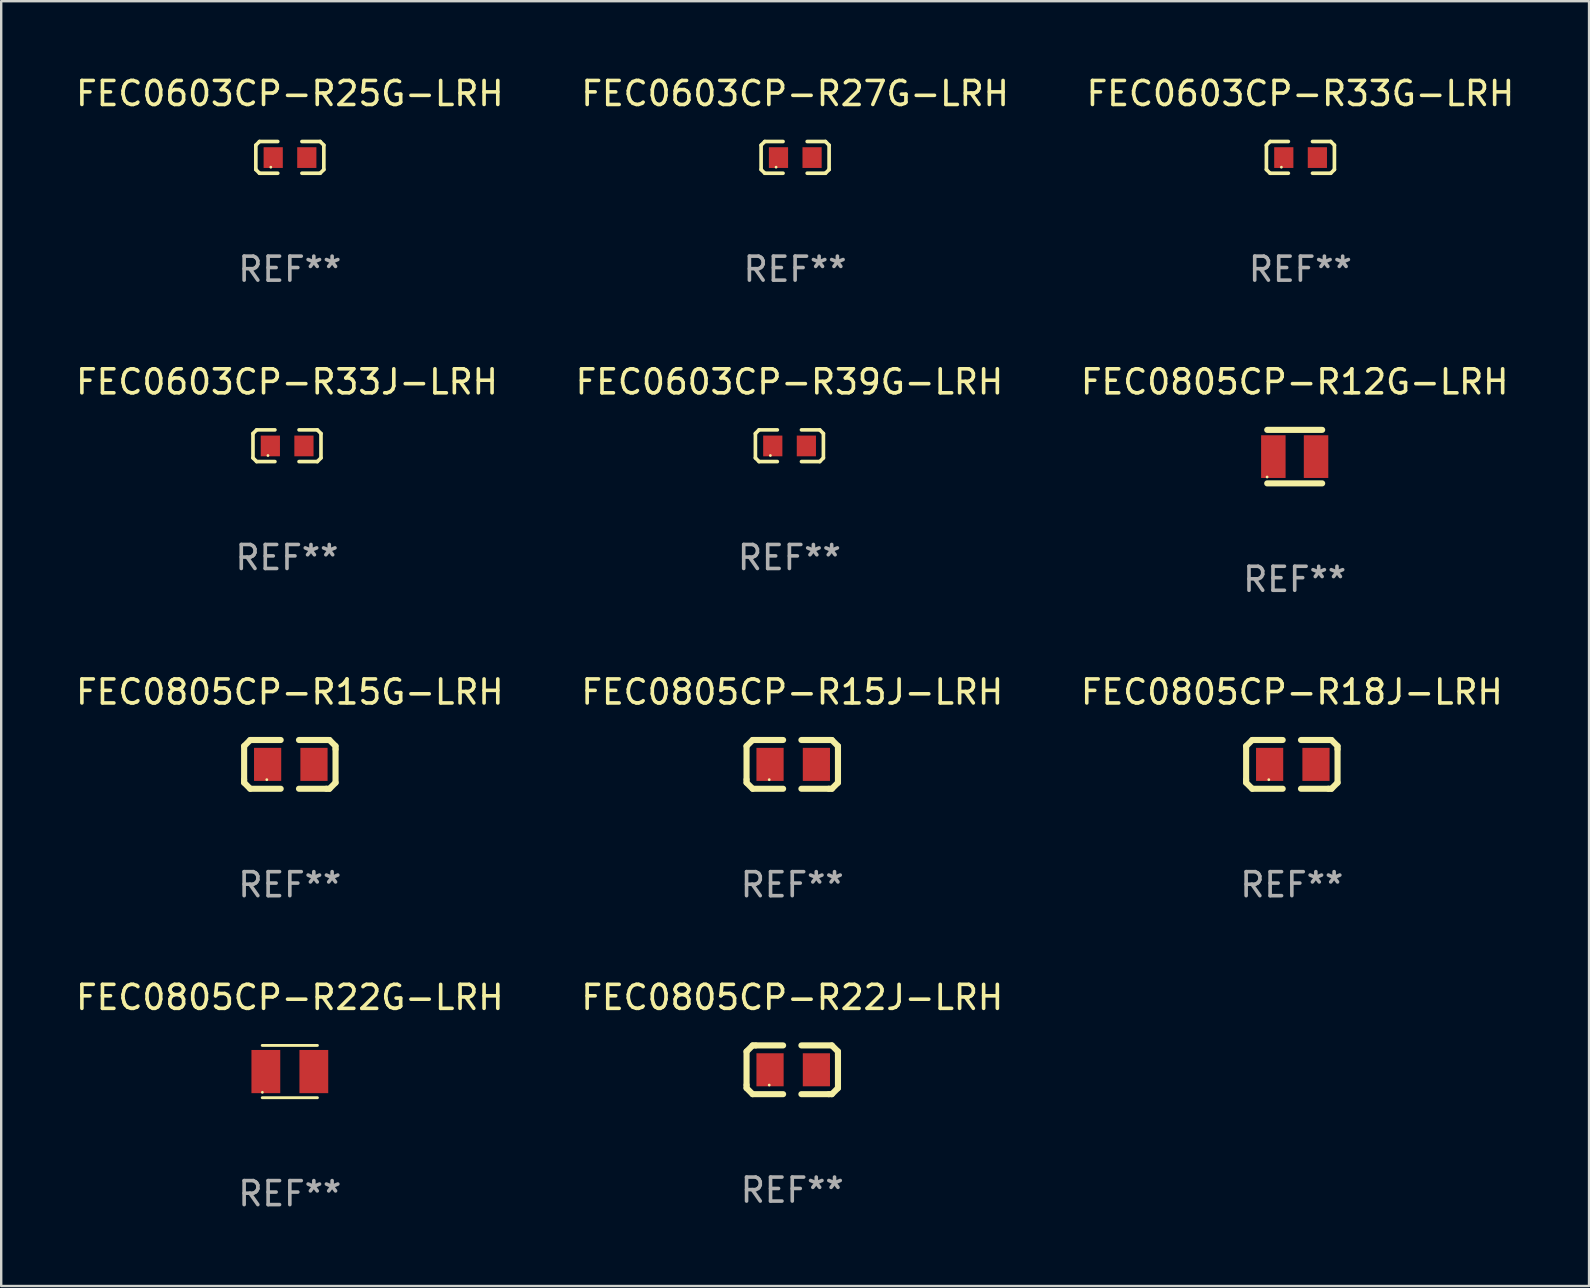
<source format=kicad_pcb>
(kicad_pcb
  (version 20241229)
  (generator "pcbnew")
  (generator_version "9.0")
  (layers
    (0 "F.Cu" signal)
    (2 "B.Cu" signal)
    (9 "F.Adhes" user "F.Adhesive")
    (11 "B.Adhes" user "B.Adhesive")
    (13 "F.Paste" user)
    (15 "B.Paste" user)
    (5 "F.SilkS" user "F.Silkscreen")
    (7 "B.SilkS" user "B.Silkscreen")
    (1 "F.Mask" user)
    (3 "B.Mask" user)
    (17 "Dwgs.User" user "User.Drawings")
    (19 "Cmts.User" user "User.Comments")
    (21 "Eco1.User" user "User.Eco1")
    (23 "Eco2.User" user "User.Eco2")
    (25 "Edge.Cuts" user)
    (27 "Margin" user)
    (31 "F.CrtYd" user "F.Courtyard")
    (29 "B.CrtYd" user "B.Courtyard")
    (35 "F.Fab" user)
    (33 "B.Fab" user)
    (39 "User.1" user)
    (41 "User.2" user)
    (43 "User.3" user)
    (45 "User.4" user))
  (footprint "FEC0805CP-R22J-LRH"
    (layer "F.Cu")
    (at 29.97 41.537)
    (property "Reference" "FEC0805CP-R22J-LRH" (at 0 -3.016 0) (layer "F.SilkS") (effects (font (size 1 1) (thickness 0.15))))
    (attr through_hole)
    (fp_line (start -1.905 -0.762) (end -1.905 0.635) (stroke (width 0.254) (type solid)) (layer "F.SilkS"))
    (fp_line (start -1.905 0.635) (end -1.905 0.762) (stroke (width 0.254) (type solid)) (layer "F.SilkS"))
    (fp_line (start -1.905 0.762) (end -1.651 1.016) (stroke (width 0.254) (type solid)) (layer "F.SilkS"))
    (fp_line (start -1.651 -1.016) (end -1.905 -0.762) (stroke (width 0.254) (type solid)) (layer "F.SilkS"))
    (fp_line (start -1.651 1.016) (end -0.381 1.016) (stroke (width 0.254) (type solid)) (layer "F.SilkS"))
    (fp_line (start -1.524 -1.016) (end -1.651 -1.016) (stroke (width 0.254) (type solid)) (layer "F.SilkS"))
    (fp_line (start -0.381 -1.016) (end -1.524 -1.016) (stroke (width 0.254) (type solid)) (layer "F.SilkS"))
    (fp_line (start 0.381 1.016) (end 1.524 1.016) (stroke (width 0.254) (type solid)) (layer "F.SilkS"))
    (fp_line (start 1.524 1.016) (end 1.651 1.016) (stroke (width 0.254) (type solid)) (layer "F.SilkS"))
    (fp_line (start 1.651 -1.016) (end 0.381 -1.016) (stroke (width 0.254) (type solid)) (layer "F.SilkS"))
    (fp_line (start 1.651 1.016) (end 1.905 0.762) (stroke (width 0.254) (type solid)) (layer "F.SilkS"))
    (fp_line (start 1.905 -0.762) (end 1.651 -1.016) (stroke (width 0.254) (type solid)) (layer "F.SilkS"))
    (fp_line (start 1.905 -0.635) (end 1.905 -0.762) (stroke (width 0.254) (type solid)) (layer "F.SilkS"))
    (fp_line (start 1.905 0.762) (end 1.905 -0.635) (stroke (width 0.254) (type solid)) (layer "F.SilkS"))
    (fp_circle (center -0.96 0.637) (end -0.93 0.637) (stroke (width 0.06) (type solid)) (fill no) (layer "F.SilkS"))
    (fp_text user "REF**" (at 0 5.016 0) (layer "F.Fab") (effects (font (size 1 1) (thickness 0.15))))
    (pad "1" smd rect (at -0.926 -0.000051) (size 1.133 1.377) (layers "F.Cu" "F.Mask" "F.Paste"))
    (pad "2" smd rect (at 1.006 -0.000051) (size 1.133 1.377) (layers "F.Cu" "F.Mask" "F.Paste")))
  (footprint "FEC0805CP-R22G-LRH"
    (layer "F.Cu")
    (at 9.03 41.611)
    (property "Reference" "FEC0805CP-R22G-LRH" (at 0 -3.09 0) (layer "F.SilkS") (effects (font (size 1 1) (thickness 0.15))))
    (attr through_hole)
    (fp_line (start -1.15 1.09) (end 1.15 1.09) (stroke (width 0.12) (type solid)) (layer "F.SilkS"))
    (fp_line (start 1.15 -1.09) (end -1.15 -1.09) (stroke (width 0.12) (type solid)) (layer "F.SilkS"))
    (fp_circle (center -1.145 0.865) (end -1.115 0.865) (stroke (width 0.06) (type solid)) (fill no) (layer "F.SilkS"))
    (fp_text user "REF**" (at 0 5.09 0) (layer "F.Fab") (effects (font (size 1 1) (thickness 0.15))))
    (pad "1" smd rect (at -1 0 90) (size 1.8 1.2) (layers "F.Cu" "F.Mask" "F.Paste"))
    (pad "2" smd rect (at 1 0 90) (size 1.8 1.2) (layers "F.Cu" "F.Mask" "F.Paste")))
  (footprint "FEC0603CP-R39G-LRH"
    (layer "F.Cu")
    (at 29.851 15.527)
    (property "Reference" "FEC0603CP-R39G-LRH" (at 0 -2.661 0) (layer "F.SilkS") (effects (font (size 1 1) (thickness 0.15))))
    (attr through_hole)
    (fp_line (start -1.417 -0.508) (end -1.265 -0.661) (stroke (width 0.152) (type solid)) (layer "F.SilkS"))
    (fp_line (start -1.417 0.508) (end -1.417 -0.508) (stroke (width 0.152) (type solid)) (layer "F.SilkS"))
    (fp_line (start -1.265 -0.661) (end -0.503 -0.661) (stroke (width 0.152) (type solid)) (layer "F.SilkS"))
    (fp_line (start -1.265 0.661) (end -1.417 0.508) (stroke (width 0.152) (type solid)) (layer "F.SilkS"))
    (fp_line (start -1.265 0.661) (end -0.503 0.661) (stroke (width 0.152) (type solid)) (layer "F.SilkS"))
    (fp_line (start 1.265 -0.661) (end 0.503 -0.661) (stroke (width 0.152) (type solid)) (layer "F.SilkS"))
    (fp_line (start 1.265 -0.661) (end 1.417 -0.508) (stroke (width 0.152) (type solid)) (layer "F.SilkS"))
    (fp_line (start 1.265 0.661) (end 0.503 0.661) (stroke (width 0.152) (type solid)) (layer "F.SilkS"))
    (fp_line (start 1.417 -0.508) (end 1.417 0.508) (stroke (width 0.152) (type solid)) (layer "F.SilkS"))
    (fp_line (start 1.417 0.508) (end 1.265 0.661) (stroke (width 0.152) (type solid)) (layer "F.SilkS"))
    (fp_circle (center -0.793 0.409) (end -0.763 0.409) (stroke (width 0.06) (type solid)) (fill no) (layer "F.SilkS"))
    (fp_text user "REF**" (at 0 4.661 0) (layer "F.Fab") (effects (font (size 1 1) (thickness 0.15))))
    (pad "1" smd rect (at -0.693 0.009 180) (size 0.8 0.864) (layers "F.Cu" "F.Mask" "F.Paste"))
    (pad "2" smd rect (at 0.707 0.009 180) (size 0.8 0.864) (layers "F.Cu" "F.Mask" "F.Paste")))
  (footprint "FEC0805CP-R12G-LRH"
    (layer "F.Cu")
    (at 50.911 15.981)
    (property "Reference" "FEC0805CP-R12G-LRH" (at 0 -3.115 0) (layer "F.SilkS") (effects (font (size 1 1) (thickness 0.15))))
    (attr through_hole)
    (fp_line (start -1.145 -1.115) (end 1.145 -1.115) (stroke (width 0.254) (type solid)) (layer "F.SilkS"))
    (fp_line (start -1.145 1.115) (end 1.145 1.115) (stroke (width 0.254) (type solid)) (layer "F.SilkS"))
    (fp_circle (center -1.15 0.85) (end -1.12 0.85) (stroke (width 0.06) (type solid)) (fill no) (layer "F.SilkS"))
    (fp_text user "REF**" (at 0 5.115 0) (layer "F.Fab") (effects (font (size 1 1) (thickness 0.15))))
    (pad "1" smd rect (at -0.89 0 90) (size 1.78 1.02) (layers "F.Cu" "F.Mask" "F.Paste"))
    (pad "2" smd rect (at 0.89 0 90) (size 1.78 1.02) (layers "F.Cu" "F.Mask" "F.Paste")))
  (footprint "FEC0805CP-R15J-LRH"
    (layer "F.Cu")
    (at 29.97 28.808)
    (property "Reference" "FEC0805CP-R15J-LRH" (at 0 -3.016 0) (layer "F.SilkS") (effects (font (size 1 1) (thickness 0.15))))
    (attr through_hole)
    (fp_line (start -1.905 -0.762) (end -1.905 0.635) (stroke (width 0.254) (type solid)) (layer "F.SilkS"))
    (fp_line (start -1.905 0.635) (end -1.905 0.762) (stroke (width 0.254) (type solid)) (layer "F.SilkS"))
    (fp_line (start -1.905 0.762) (end -1.651 1.016) (stroke (width 0.254) (type solid)) (layer "F.SilkS"))
    (fp_line (start -1.651 -1.016) (end -1.905 -0.762) (stroke (width 0.254) (type solid)) (layer "F.SilkS"))
    (fp_line (start -1.651 1.016) (end -0.381 1.016) (stroke (width 0.254) (type solid)) (layer "F.SilkS"))
    (fp_line (start -1.524 -1.016) (end -1.651 -1.016) (stroke (width 0.254) (type solid)) (layer "F.SilkS"))
    (fp_line (start -0.381 -1.016) (end -1.524 -1.016) (stroke (width 0.254) (type solid)) (layer "F.SilkS"))
    (fp_line (start 0.381 1.016) (end 1.524 1.016) (stroke (width 0.254) (type solid)) (layer "F.SilkS"))
    (fp_line (start 1.524 1.016) (end 1.651 1.016) (stroke (width 0.254) (type solid)) (layer "F.SilkS"))
    (fp_line (start 1.651 -1.016) (end 0.381 -1.016) (stroke (width 0.254) (type solid)) (layer "F.SilkS"))
    (fp_line (start 1.651 1.016) (end 1.905 0.762) (stroke (width 0.254) (type solid)) (layer "F.SilkS"))
    (fp_line (start 1.905 -0.762) (end 1.651 -1.016) (stroke (width 0.254) (type solid)) (layer "F.SilkS"))
    (fp_line (start 1.905 -0.635) (end 1.905 -0.762) (stroke (width 0.254) (type solid)) (layer "F.SilkS"))
    (fp_line (start 1.905 0.762) (end 1.905 -0.635) (stroke (width 0.254) (type solid)) (layer "F.SilkS"))
    (fp_circle (center -0.96 0.637) (end -0.93 0.637) (stroke (width 0.06) (type solid)) (fill no) (layer "F.SilkS"))
    (fp_text user "REF**" (at 0 5.016 0) (layer "F.Fab") (effects (font (size 1 1) (thickness 0.15))))
    (pad "1" smd rect (at -0.926 -0.000051) (size 1.133 1.377) (layers "F.Cu" "F.Mask" "F.Paste"))
    (pad "2" smd rect (at 1.006 -0.000051) (size 1.133 1.377) (layers "F.Cu" "F.Mask" "F.Paste")))
  (footprint "FEC0603CP-R33G-LRH"
    (layer "F.Cu")
    (at 51.149 3.509)
    (property "Reference" "FEC0603CP-R33G-LRH" (at 0 -2.661 0) (layer "F.SilkS") (effects (font (size 1 1) (thickness 0.15))))
    (attr through_hole)
    (fp_line (start -1.417 -0.508) (end -1.265 -0.661) (stroke (width 0.152) (type solid)) (layer "F.SilkS"))
    (fp_line (start -1.417 0.508) (end -1.417 -0.508) (stroke (width 0.152) (type solid)) (layer "F.SilkS"))
    (fp_line (start -1.265 -0.661) (end -0.503 -0.661) (stroke (width 0.152) (type solid)) (layer "F.SilkS"))
    (fp_line (start -1.265 0.661) (end -1.417 0.508) (stroke (width 0.152) (type solid)) (layer "F.SilkS"))
    (fp_line (start -1.265 0.661) (end -0.503 0.661) (stroke (width 0.152) (type solid)) (layer "F.SilkS"))
    (fp_line (start 1.265 -0.661) (end 0.503 -0.661) (stroke (width 0.152) (type solid)) (layer "F.SilkS"))
    (fp_line (start 1.265 -0.661) (end 1.417 -0.508) (stroke (width 0.152) (type solid)) (layer "F.SilkS"))
    (fp_line (start 1.265 0.661) (end 0.503 0.661) (stroke (width 0.152) (type solid)) (layer "F.SilkS"))
    (fp_line (start 1.417 -0.508) (end 1.417 0.508) (stroke (width 0.152) (type solid)) (layer "F.SilkS"))
    (fp_line (start 1.417 0.508) (end 1.265 0.661) (stroke (width 0.152) (type solid)) (layer "F.SilkS"))
    (fp_circle (center -0.793 0.409) (end -0.763 0.409) (stroke (width 0.06) (type solid)) (fill no) (layer "F.SilkS"))
    (fp_text user "REF**" (at 0 4.661 0) (layer "F.Fab") (effects (font (size 1 1) (thickness 0.15))))
    (pad "1" smd rect (at -0.693 0.009 180) (size 0.8 0.864) (layers "F.Cu" "F.Mask" "F.Paste"))
    (pad "2" smd rect (at 0.707 0.009 180) (size 0.8 0.864) (layers "F.Cu" "F.Mask" "F.Paste")))
  (footprint "FEC0805CP-R18J-LRH"
    (layer "F.Cu")
    (at 50.792 28.808)
    (property "Reference" "FEC0805CP-R18J-LRH" (at 0 -3.016 0) (layer "F.SilkS") (effects (font (size 1 1) (thickness 0.15))))
    (attr through_hole)
    (fp_line (start -1.905 -0.762) (end -1.905 0.635) (stroke (width 0.254) (type solid)) (layer "F.SilkS"))
    (fp_line (start -1.905 0.635) (end -1.905 0.762) (stroke (width 0.254) (type solid)) (layer "F.SilkS"))
    (fp_line (start -1.905 0.762) (end -1.651 1.016) (stroke (width 0.254) (type solid)) (layer "F.SilkS"))
    (fp_line (start -1.651 -1.016) (end -1.905 -0.762) (stroke (width 0.254) (type solid)) (layer "F.SilkS"))
    (fp_line (start -1.651 1.016) (end -0.381 1.016) (stroke (width 0.254) (type solid)) (layer "F.SilkS"))
    (fp_line (start -1.524 -1.016) (end -1.651 -1.016) (stroke (width 0.254) (type solid)) (layer "F.SilkS"))
    (fp_line (start -0.381 -1.016) (end -1.524 -1.016) (stroke (width 0.254) (type solid)) (layer "F.SilkS"))
    (fp_line (start 0.381 1.016) (end 1.524 1.016) (stroke (width 0.254) (type solid)) (layer "F.SilkS"))
    (fp_line (start 1.524 1.016) (end 1.651 1.016) (stroke (width 0.254) (type solid)) (layer "F.SilkS"))
    (fp_line (start 1.651 -1.016) (end 0.381 -1.016) (stroke (width 0.254) (type solid)) (layer "F.SilkS"))
    (fp_line (start 1.651 1.016) (end 1.905 0.762) (stroke (width 0.254) (type solid)) (layer "F.SilkS"))
    (fp_line (start 1.905 -0.762) (end 1.651 -1.016) (stroke (width 0.254) (type solid)) (layer "F.SilkS"))
    (fp_line (start 1.905 -0.635) (end 1.905 -0.762) (stroke (width 0.254) (type solid)) (layer "F.SilkS"))
    (fp_line (start 1.905 0.762) (end 1.905 -0.635) (stroke (width 0.254) (type solid)) (layer "F.SilkS"))
    (fp_circle (center -0.96 0.637) (end -0.93 0.637) (stroke (width 0.06) (type solid)) (fill no) (layer "F.SilkS"))
    (fp_text user "REF**" (at 0 5.016 0) (layer "F.Fab") (effects (font (size 1 1) (thickness 0.15))))
    (pad "1" smd rect (at -0.926 -0.000051) (size 1.133 1.377) (layers "F.Cu" "F.Mask" "F.Paste"))
    (pad "2" smd rect (at 1.006 -0.000051) (size 1.133 1.377) (layers "F.Cu" "F.Mask" "F.Paste")))
  (footprint "FEC0603CP-R25G-LRH"
    (layer "F.Cu")
    (at 9.03 3.509)
    (property "Reference" "FEC0603CP-R25G-LRH" (at 0 -2.661 0) (layer "F.SilkS") (effects (font (size 1 1) (thickness 0.15))))
    (attr through_hole)
    (fp_line (start -1.417 -0.508) (end -1.265 -0.661) (stroke (width 0.152) (type solid)) (layer "F.SilkS"))
    (fp_line (start -1.417 0.508) (end -1.417 -0.508) (stroke (width 0.152) (type solid)) (layer "F.SilkS"))
    (fp_line (start -1.265 -0.661) (end -0.503 -0.661) (stroke (width 0.152) (type solid)) (layer "F.SilkS"))
    (fp_line (start -1.265 0.661) (end -1.417 0.508) (stroke (width 0.152) (type solid)) (layer "F.SilkS"))
    (fp_line (start -1.265 0.661) (end -0.503 0.661) (stroke (width 0.152) (type solid)) (layer "F.SilkS"))
    (fp_line (start 1.265 -0.661) (end 0.503 -0.661) (stroke (width 0.152) (type solid)) (layer "F.SilkS"))
    (fp_line (start 1.265 -0.661) (end 1.417 -0.508) (stroke (width 0.152) (type solid)) (layer "F.SilkS"))
    (fp_line (start 1.265 0.661) (end 0.503 0.661) (stroke (width 0.152) (type solid)) (layer "F.SilkS"))
    (fp_line (start 1.417 -0.508) (end 1.417 0.508) (stroke (width 0.152) (type solid)) (layer "F.SilkS"))
    (fp_line (start 1.417 0.508) (end 1.265 0.661) (stroke (width 0.152) (type solid)) (layer "F.SilkS"))
    (fp_circle (center -0.793 0.409) (end -0.763 0.409) (stroke (width 0.06) (type solid)) (fill no) (layer "F.SilkS"))
    (fp_text user "REF**" (at 0 4.661 0) (layer "F.Fab") (effects (font (size 1 1) (thickness 0.15))))
    (pad "1" smd rect (at -0.693 0.009 180) (size 0.8 0.864) (layers "F.Cu" "F.Mask" "F.Paste"))
    (pad "2" smd rect (at 0.707 0.009 180) (size 0.8 0.864) (layers "F.Cu" "F.Mask" "F.Paste")))
  (footprint "FEC0603CP-R27G-LRH"
    (layer "F.Cu")
    (at 30.089 3.509)
    (property "Reference" "FEC0603CP-R27G-LRH" (at 0 -2.661 0) (layer "F.SilkS") (effects (font (size 1 1) (thickness 0.15))))
    (attr through_hole)
    (fp_line (start -1.417 -0.508) (end -1.265 -0.661) (stroke (width 0.152) (type solid)) (layer "F.SilkS"))
    (fp_line (start -1.417 0.508) (end -1.417 -0.508) (stroke (width 0.152) (type solid)) (layer "F.SilkS"))
    (fp_line (start -1.265 -0.661) (end -0.503 -0.661) (stroke (width 0.152) (type solid)) (layer "F.SilkS"))
    (fp_line (start -1.265 0.661) (end -1.417 0.508) (stroke (width 0.152) (type solid)) (layer "F.SilkS"))
    (fp_line (start -1.265 0.661) (end -0.503 0.661) (stroke (width 0.152) (type solid)) (layer "F.SilkS"))
    (fp_line (start 1.265 -0.661) (end 0.503 -0.661) (stroke (width 0.152) (type solid)) (layer "F.SilkS"))
    (fp_line (start 1.265 -0.661) (end 1.417 -0.508) (stroke (width 0.152) (type solid)) (layer "F.SilkS"))
    (fp_line (start 1.265 0.661) (end 0.503 0.661) (stroke (width 0.152) (type solid)) (layer "F.SilkS"))
    (fp_line (start 1.417 -0.508) (end 1.417 0.508) (stroke (width 0.152) (type solid)) (layer "F.SilkS"))
    (fp_line (start 1.417 0.508) (end 1.265 0.661) (stroke (width 0.152) (type solid)) (layer "F.SilkS"))
    (fp_circle (center -0.793 0.409) (end -0.763 0.409) (stroke (width 0.06) (type solid)) (fill no) (layer "F.SilkS"))
    (fp_text user "REF**" (at 0 4.661 0) (layer "F.Fab") (effects (font (size 1 1) (thickness 0.15))))
    (pad "1" smd rect (at -0.693 0.009 180) (size 0.8 0.864) (layers "F.Cu" "F.Mask" "F.Paste"))
    (pad "2" smd rect (at 0.707 0.009 180) (size 0.8 0.864) (layers "F.Cu" "F.Mask" "F.Paste")))
  (footprint "FEC0603CP-R33J-LRH"
    (layer "F.Cu")
    (at 8.911 15.527)
    (property "Reference" "FEC0603CP-R33J-LRH" (at 0 -2.661 0) (layer "F.SilkS") (effects (font (size 1 1) (thickness 0.15))))
    (attr through_hole)
    (fp_line (start -1.417 -0.508) (end -1.265 -0.661) (stroke (width 0.152) (type solid)) (layer "F.SilkS"))
    (fp_line (start -1.417 0.508) (end -1.417 -0.508) (stroke (width 0.152) (type solid)) (layer "F.SilkS"))
    (fp_line (start -1.265 -0.661) (end -0.503 -0.661) (stroke (width 0.152) (type solid)) (layer "F.SilkS"))
    (fp_line (start -1.265 0.661) (end -1.417 0.508) (stroke (width 0.152) (type solid)) (layer "F.SilkS"))
    (fp_line (start -1.265 0.661) (end -0.503 0.661) (stroke (width 0.152) (type solid)) (layer "F.SilkS"))
    (fp_line (start 1.265 -0.661) (end 0.503 -0.661) (stroke (width 0.152) (type solid)) (layer "F.SilkS"))
    (fp_line (start 1.265 -0.661) (end 1.417 -0.508) (stroke (width 0.152) (type solid)) (layer "F.SilkS"))
    (fp_line (start 1.265 0.661) (end 0.503 0.661) (stroke (width 0.152) (type solid)) (layer "F.SilkS"))
    (fp_line (start 1.417 -0.508) (end 1.417 0.508) (stroke (width 0.152) (type solid)) (layer "F.SilkS"))
    (fp_line (start 1.417 0.508) (end 1.265 0.661) (stroke (width 0.152) (type solid)) (layer "F.SilkS"))
    (fp_circle (center -0.793 0.409) (end -0.763 0.409) (stroke (width 0.06) (type solid)) (fill no) (layer "F.SilkS"))
    (fp_text user "REF**" (at 0 4.661 0) (layer "F.Fab") (effects (font (size 1 1) (thickness 0.15))))
    (pad "1" smd rect (at -0.693 0.009 180) (size 0.8 0.864) (layers "F.Cu" "F.Mask" "F.Paste"))
    (pad "2" smd rect (at 0.707 0.009 180) (size 0.8 0.864) (layers "F.Cu" "F.Mask" "F.Paste")))
  (footprint "FEC0805CP-R15G-LRH"
    (layer "F.Cu")
    (at 9.03 28.808)
    (property "Reference" "FEC0805CP-R15G-LRH" (at 0 -3.016 0) (layer "F.SilkS") (effects (font (size 1 1) (thickness 0.15))))
    (attr through_hole)
    (fp_line (start -1.905 -0.762) (end -1.905 0.635) (stroke (width 0.254) (type solid)) (layer "F.SilkS"))
    (fp_line (start -1.905 0.635) (end -1.905 0.762) (stroke (width 0.254) (type solid)) (layer "F.SilkS"))
    (fp_line (start -1.905 0.762) (end -1.651 1.016) (stroke (width 0.254) (type solid)) (layer "F.SilkS"))
    (fp_line (start -1.651 -1.016) (end -1.905 -0.762) (stroke (width 0.254) (type solid)) (layer "F.SilkS"))
    (fp_line (start -1.651 1.016) (end -0.381 1.016) (stroke (width 0.254) (type solid)) (layer "F.SilkS"))
    (fp_line (start -1.524 -1.016) (end -1.651 -1.016) (stroke (width 0.254) (type solid)) (layer "F.SilkS"))
    (fp_line (start -0.381 -1.016) (end -1.524 -1.016) (stroke (width 0.254) (type solid)) (layer "F.SilkS"))
    (fp_line (start 0.381 1.016) (end 1.524 1.016) (stroke (width 0.254) (type solid)) (layer "F.SilkS"))
    (fp_line (start 1.524 1.016) (end 1.651 1.016) (stroke (width 0.254) (type solid)) (layer "F.SilkS"))
    (fp_line (start 1.651 -1.016) (end 0.381 -1.016) (stroke (width 0.254) (type solid)) (layer "F.SilkS"))
    (fp_line (start 1.651 1.016) (end 1.905 0.762) (stroke (width 0.254) (type solid)) (layer "F.SilkS"))
    (fp_line (start 1.905 -0.762) (end 1.651 -1.016) (stroke (width 0.254) (type solid)) (layer "F.SilkS"))
    (fp_line (start 1.905 -0.635) (end 1.905 -0.762) (stroke (width 0.254) (type solid)) (layer "F.SilkS"))
    (fp_line (start 1.905 0.762) (end 1.905 -0.635) (stroke (width 0.254) (type solid)) (layer "F.SilkS"))
    (fp_circle (center -0.96 0.637) (end -0.93 0.637) (stroke (width 0.06) (type solid)) (fill no) (layer "F.SilkS"))
    (fp_text user "REF**" (at 0 5.016 0) (layer "F.Fab") (effects (font (size 1 1) (thickness 0.15))))
    (pad "1" smd rect (at -0.926 -0.000051) (size 1.133 1.377) (layers "F.Cu" "F.Mask" "F.Paste"))
    (pad "2" smd rect (at 1.006 -0.000051) (size 1.133 1.377) (layers "F.Cu" "F.Mask" "F.Paste")))
  (gr_rect
    (start -3 -3)
    (end 63.179 50.549)
    (stroke (width 0.1) (type default))
    (fill no)
    (layer "Edge.Cuts")))
</source>
